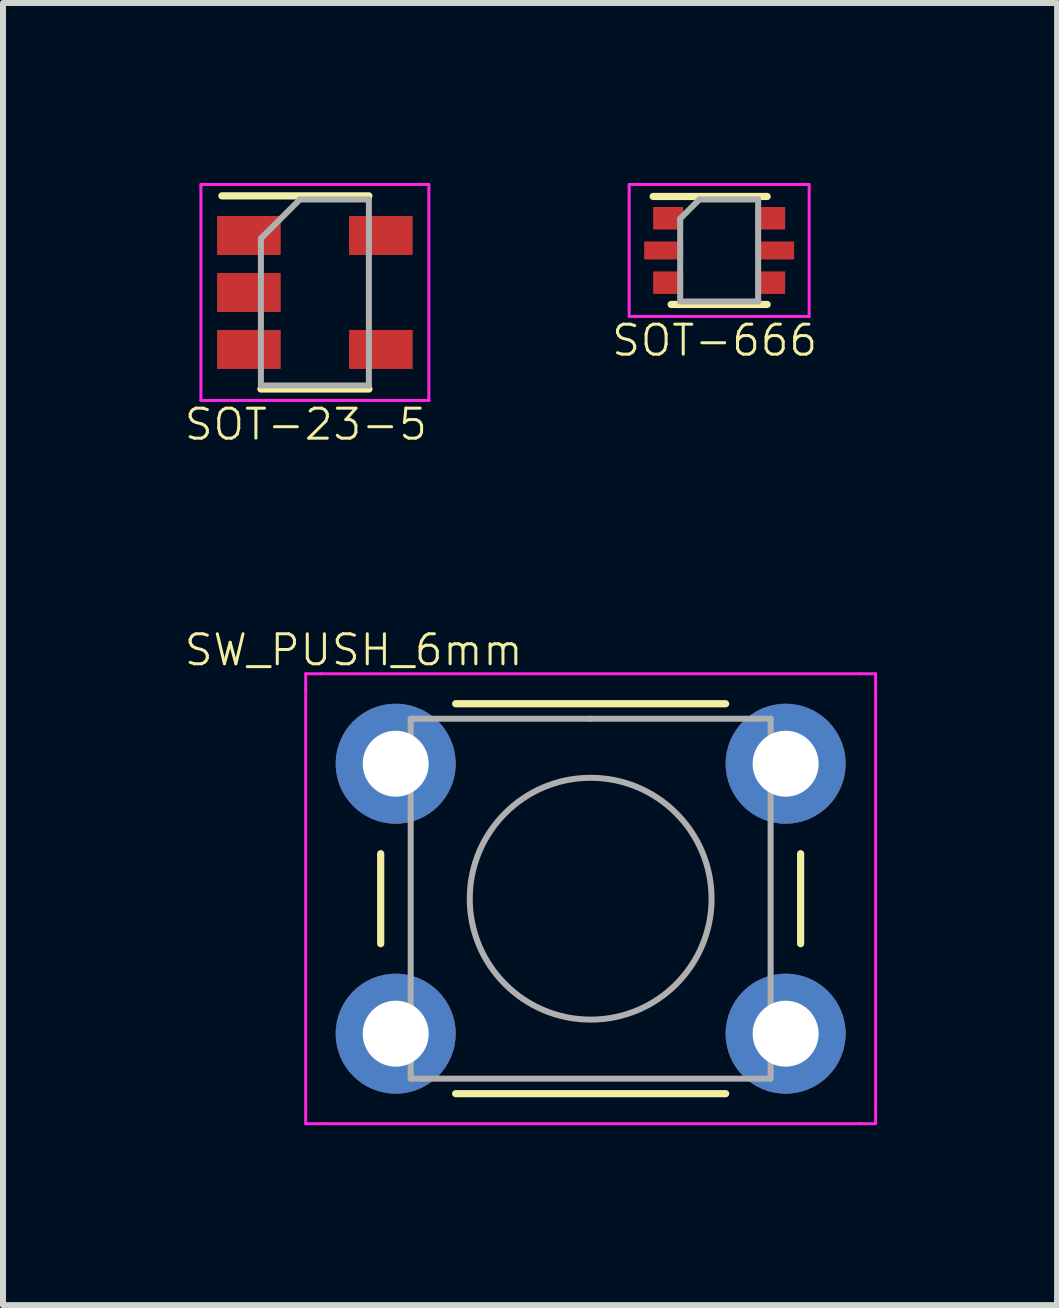
<source format=kicad_pcb>
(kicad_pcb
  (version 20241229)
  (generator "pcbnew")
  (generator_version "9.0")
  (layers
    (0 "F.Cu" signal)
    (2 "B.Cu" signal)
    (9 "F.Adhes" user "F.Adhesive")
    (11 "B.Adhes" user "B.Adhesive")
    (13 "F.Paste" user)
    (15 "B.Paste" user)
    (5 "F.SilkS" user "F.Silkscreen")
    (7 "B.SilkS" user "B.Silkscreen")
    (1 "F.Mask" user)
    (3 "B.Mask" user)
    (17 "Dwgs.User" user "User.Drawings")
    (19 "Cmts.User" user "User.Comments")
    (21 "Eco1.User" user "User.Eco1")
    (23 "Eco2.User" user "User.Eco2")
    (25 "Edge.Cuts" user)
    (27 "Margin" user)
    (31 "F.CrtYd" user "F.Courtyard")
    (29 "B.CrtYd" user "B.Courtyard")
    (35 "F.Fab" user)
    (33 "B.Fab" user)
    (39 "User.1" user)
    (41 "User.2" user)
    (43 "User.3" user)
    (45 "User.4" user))
  (footprint "SOT-666"
    (layer "F.Cu")
    (at 8.938 1.125)
    (property "Reference" "SOT-666" (at -0.075 1.5 0) (layer "F.SilkS") (effects (font (size 0.5 0.5) (thickness 0.05))))
    (attr smd)
    (fp_line (start -0.8 0.9) (end 0.8 0.9) (stroke (width 0.12) (type solid)) (layer "F.SilkS"))
    (fp_line (start 0.8 -0.9) (end -1.1 -0.9) (stroke (width 0.12) (type solid)) (layer "F.SilkS"))
    (fp_line (start -1.5 -1.1) (end -1.5 1.1) (stroke (width 0.05) (type solid)) (layer "F.CrtYd"))
    (fp_line (start -1.5 -1.1) (end 1.5 -1.1) (stroke (width 0.05) (type solid)) (layer "F.CrtYd"))
    (fp_line (start -1.5 1.1) (end 1.5 1.1) (stroke (width 0.05) (type solid)) (layer "F.CrtYd"))
    (fp_line (start 1.5 1.1) (end 1.5 -1.1) (stroke (width 0.05) (type solid)) (layer "F.CrtYd"))
    (fp_line (start -0.65 -0.53) (end -0.65 0.85) (stroke (width 0.1) (type solid)) (layer "F.Fab"))
    (fp_line (start -0.65 -0.53) (end -0.33 -0.85) (stroke (width 0.1) (type solid)) (layer "F.Fab"))
    (fp_line (start 0.65 -0.85) (end -0.33 -0.85) (stroke (width 0.1) (type solid)) (layer "F.Fab"))
    (fp_line (start 0.65 -0.85) (end 0.65 0.85) (stroke (width 0.1) (type solid)) (layer "F.Fab"))
    (fp_line (start 0.65 0.85) (end -0.65 0.85) (stroke (width 0.1) (type solid)) (layer "F.Fab"))
    (pad "1" smd rect (at -0.85 -0.537) (size 0.5 0.375) (layers "F.Cu" "F.Mask" "F.Paste"))
    (pad "2" smd rect (at -0.925 0) (size 0.65 0.3) (layers "F.Cu" "F.Mask" "F.Paste"))
    (pad "3" smd rect (at -0.85 0.537) (size 0.5 0.375) (layers "F.Cu" "F.Mask" "F.Paste"))
    (pad "4" smd rect (at 0.85 0.537) (size 0.5 0.375) (layers "F.Cu" "F.Mask" "F.Paste"))
    (pad "5" smd rect (at 0.925 0) (size 0.65 0.3) (layers "F.Cu" "F.Mask" "F.Paste"))
    (pad "6" smd rect (at 0.85 -0.537) (size 0.5 0.375) (layers "F.Cu" "F.Mask" "F.Paste")))
  (footprint "SOT-23-5"
    (layer "F.Cu")
    (at 2.199 1.825)
    (property "Reference" "SOT-23-5" (at -0.15 2.2 0) (layer "F.SilkS") (effects (font (size 0.5 0.5) (thickness 0.05))))
    (attr smd)
    (fp_line (start -0.9 1.61) (end 0.9 1.61) (stroke (width 0.12) (type solid)) (layer "F.SilkS"))
    (fp_line (start 0.9 -1.61) (end -1.55 -1.61) (stroke (width 0.12) (type solid)) (layer "F.SilkS"))
    (fp_line (start -1.9 -1.8) (end 1.9 -1.8) (stroke (width 0.05) (type solid)) (layer "F.CrtYd"))
    (fp_line (start -1.9 1.8) (end -1.9 -1.8) (stroke (width 0.05) (type solid)) (layer "F.CrtYd"))
    (fp_line (start 1.9 -1.8) (end 1.9 1.8) (stroke (width 0.05) (type solid)) (layer "F.CrtYd"))
    (fp_line (start 1.9 1.8) (end -1.9 1.8) (stroke (width 0.05) (type solid)) (layer "F.CrtYd"))
    (fp_line (start -0.9 -0.9) (end -0.9 1.55) (stroke (width 0.1) (type solid)) (layer "F.Fab"))
    (fp_line (start -0.9 -0.9) (end -0.25 -1.55) (stroke (width 0.1) (type solid)) (layer "F.Fab"))
    (fp_line (start 0.9 -1.55) (end -0.25 -1.55) (stroke (width 0.1) (type solid)) (layer "F.Fab"))
    (fp_line (start 0.9 -1.55) (end 0.9 1.55) (stroke (width 0.1) (type solid)) (layer "F.Fab"))
    (fp_line (start 0.9 1.55) (end -0.9 1.55) (stroke (width 0.1) (type solid)) (layer "F.Fab"))
    (pad "1" smd rect (at -1.1 -0.95) (size 1.06 0.65) (layers "F.Cu" "F.Mask" "F.Paste"))
    (pad "2" smd rect (at -1.1 0) (size 1.06 0.65) (layers "F.Cu" "F.Mask" "F.Paste"))
    (pad "3" smd rect (at -1.1 0.95) (size 1.06 0.65) (layers "F.Cu" "F.Mask" "F.Paste"))
    (pad "4" smd rect (at 1.1 0.95) (size 1.06 0.65) (layers "F.Cu" "F.Mask" "F.Paste"))
    (pad "5" smd rect (at 1.1 -0.95) (size 1.06 0.65) (layers "F.Cu" "F.Mask" "F.Paste")))
  (footprint "SW_PUSH_6mm"
    (layer "F.Cu")
    (at 3.546 9.681)
    (property "Reference" "SW_PUSH_6mm" (at -0.7 -1.895 0) (layer "F.SilkS") (effects (font (size 0.5 0.5) (thickness 0.05))))
    (attr through_hole exclude_from_bom)
    (fp_line (start -0.25 1.5) (end -0.25 3) (stroke (width 0.12) (type solid)) (layer "F.SilkS"))
    (fp_line (start 1 5.5) (end 5.5 5.5) (stroke (width 0.12) (type solid)) (layer "F.SilkS"))
    (fp_line (start 5.5 -1) (end 1 -1) (stroke (width 0.12) (type solid)) (layer "F.SilkS"))
    (fp_line (start 6.75 3) (end 6.75 1.5) (stroke (width 0.12) (type solid)) (layer "F.SilkS"))
    (fp_line (start -1.5 -1.5) (end -1.25 -1.5) (stroke (width 0.05) (type solid)) (layer "F.CrtYd"))
    (fp_line (start -1.5 -1.25) (end -1.5 -1.5) (stroke (width 0.05) (type solid)) (layer "F.CrtYd"))
    (fp_line (start -1.5 5.75) (end -1.5 -1.25) (stroke (width 0.05) (type solid)) (layer "F.CrtYd"))
    (fp_line (start -1.5 5.75) (end -1.5 6) (stroke (width 0.05) (type solid)) (layer "F.CrtYd"))
    (fp_line (start -1.5 6) (end -1.25 6) (stroke (width 0.05) (type solid)) (layer "F.CrtYd"))
    (fp_line (start -1.25 -1.5) (end 7.75 -1.5) (stroke (width 0.05) (type solid)) (layer "F.CrtYd"))
    (fp_line (start 7.75 -1.5) (end 8 -1.5) (stroke (width 0.05) (type solid)) (layer "F.CrtYd"))
    (fp_line (start 7.75 6) (end -1.25 6) (stroke (width 0.05) (type solid)) (layer "F.CrtYd"))
    (fp_line (start 7.75 6) (end 8 6) (stroke (width 0.05) (type solid)) (layer "F.CrtYd"))
    (fp_line (start 8 -1.5) (end 8 -1.25) (stroke (width 0.05) (type solid)) (layer "F.CrtYd"))
    (fp_line (start 8 -1.25) (end 8 5.75) (stroke (width 0.05) (type solid)) (layer "F.CrtYd"))
    (fp_line (start 8 6) (end 8 5.75) (stroke (width 0.05) (type solid)) (layer "F.CrtYd"))
    (fp_line (start 0.25 -0.75) (end 3.25 -0.75) (stroke (width 0.1) (type solid)) (layer "F.Fab"))
    (fp_line (start 0.25 5.25) (end 0.25 -0.75) (stroke (width 0.1) (type solid)) (layer "F.Fab"))
    (fp_line (start 3.25 -0.75) (end 6.25 -0.75) (stroke (width 0.1) (type solid)) (layer "F.Fab"))
    (fp_line (start 6.25 -0.75) (end 6.25 5.25) (stroke (width 0.1) (type solid)) (layer "F.Fab"))
    (fp_line (start 6.25 5.25) (end 0.25 5.25) (stroke (width 0.1) (type solid)) (layer "F.Fab"))
    (fp_circle (center 3.25 2.25) (end 1.25 2.5) (stroke (width 0.1) (type solid)) (fill no) (layer "F.Fab"))
    (pad "1" thru_hole circle (at 0 0 90) (size 2 2) (drill 1.1) (layers "*.Cu" "*.Mask"))
    (pad "1" thru_hole circle (at 6.5 0 90) (size 2 2) (drill 1.1) (layers "*.Cu" "*.Mask"))
    (pad "2" thru_hole circle (at 0 4.5 90) (size 2 2) (drill 1.1) (layers "*.Cu" "*.Mask"))
    (pad "2" thru_hole circle (at 6.5 4.5 90) (size 2 2) (drill 1.1) (layers "*.Cu" "*.Mask")))
  (gr_rect
    (start -3 -3)
    (end 14.571 18.706)
    (stroke (width 0.1) (type default))
    (fill no)
    (layer "Edge.Cuts")))
</source>
